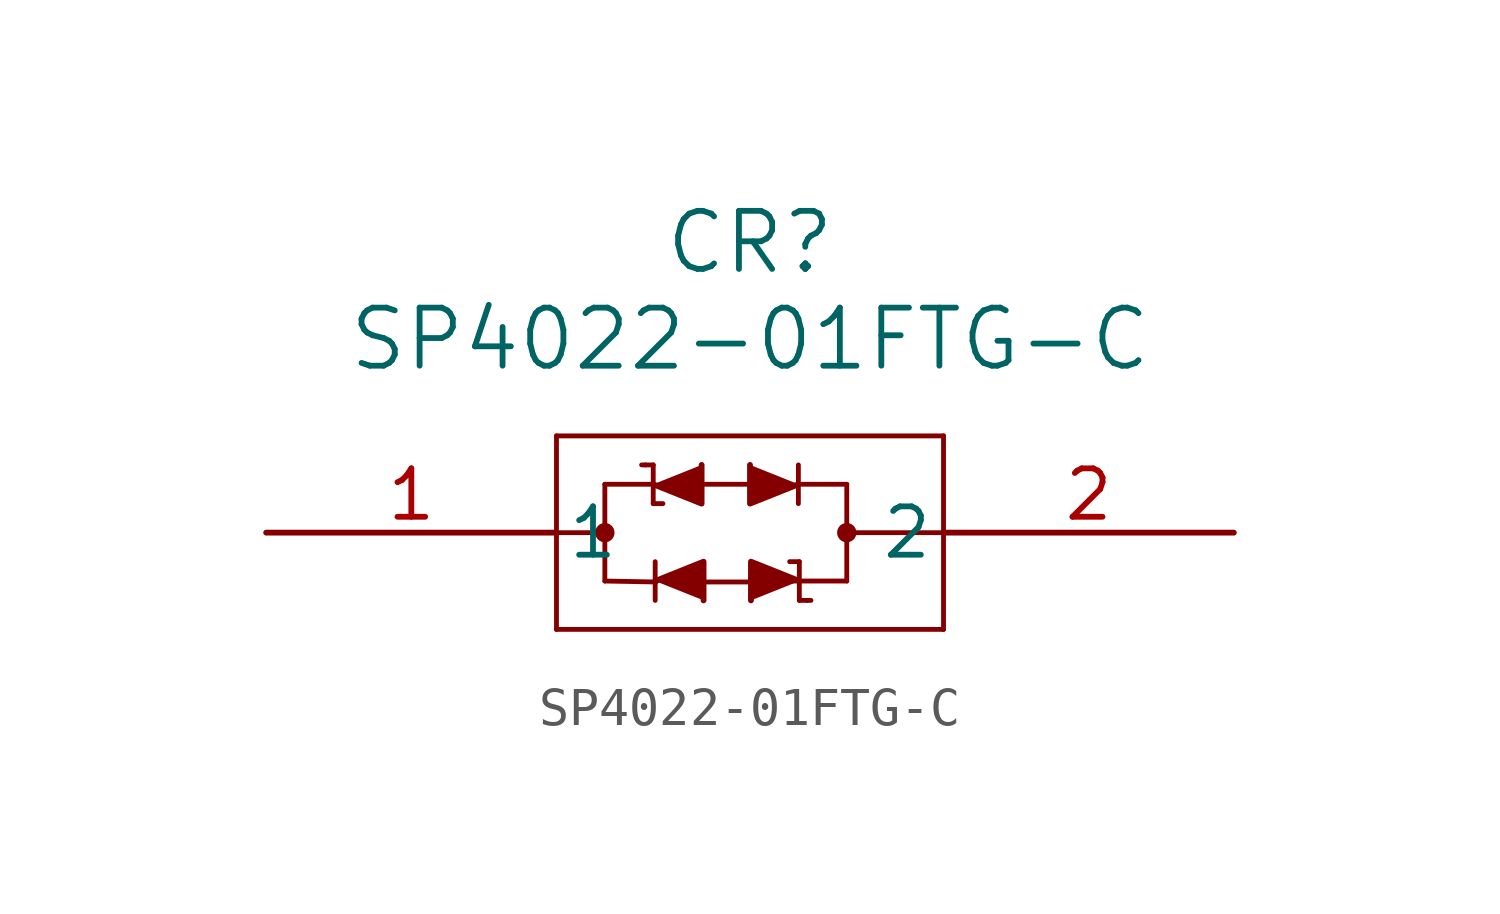
<source format=kicad_sym>
(kicad_symbol_lib
  (version 20211014)
  (generator kicad_symbol_editor)
  (symbol "SP4022-01FTG-C"
    (pin_names
      (offset 0.254))
    (property "Reference" "CR"
      (at 12.7 7.62 0)
      (effects (font (size 1.524 1.524))))
    (property "Value" "SP4022-01FTG-C"
      (at 12.7 5.08 0)
      (effects (font (size 1.524 1.524))))
    (symbol "SP4022-01FTG-C_0_1"
      (polyline (pts (xy 7.62 2.54) (xy 7.62 -2.54)) (stroke (width 0.127) (type default) (color 0 0 0 0)) (fill (type none)))
      (polyline (pts (xy 7.62 -2.54) (xy 17.78 -2.54)) (stroke (width 0.127) (type default) (color 0 0 0 0)) (fill (type none)))
      (polyline (pts (xy 17.78 -2.54) (xy 17.78 2.54)) (stroke (width 0.127) (type default) (color 0 0 0 0)) (fill (type none)))
      (polyline (pts (xy 17.78 2.54) (xy 7.62 2.54)) (stroke (width 0.127) (type default) (color 0 0 0 0)) (fill (type none)))
      (polyline (pts (xy 8.89 0) (xy 7.62 0)) (stroke (width 0.127) (type default) (color 0 0 0 0)) (fill (type none)))
      (polyline (pts (xy 15.24 0) (xy 17.78 0)) (stroke (width 0.127) (type default) (color 0 0 0 0)) (fill (type none)))
      (polyline (pts (xy 8.89 1.27) (xy 8.89 -1.27)) (stroke (width 0.127) (type default) (color 0 0 0 0)) (fill (type none)))
      (polyline (pts (xy 8.89 1.27) (xy 10.16 1.27)) (stroke (width 0.127) (type default) (color 0 0 0 0)) (fill (type none)))
      (polyline (pts (xy 11.43 1.27) (xy 12.7 1.27)) (stroke (width 0.127) (type default) (color 0 0 0 0)) (fill (type none)))
      (polyline (pts (xy 13.97 1.778) (xy 13.97 0.762)) (stroke (width 0.127) (type default) (color 0 0 0 0)) (fill (type none)))
      (polyline (pts (xy 10.16 1.778) (xy 10.16 0.762)) (stroke (width 0.127) (type default) (color 0 0 0 0)) (fill (type none)))
      (polyline (pts (xy 10.16 1.778) (xy 9.957 1.778)) (stroke (width 0.127) (type default) (color 0 0 0 0)) (fill (type none)))
      (polyline (pts (xy 10.16 0.762) (xy 10.414 0.762)) (stroke (width 0.127) (type default) (color 0 0 0 0)) (fill (type none)))
      (polyline (pts (xy 10.211 -1.778) (xy 10.211 -0.762)) (stroke (width 0.127) (type default) (color 0 0 0 0)) (fill (type none)))
      (polyline (pts (xy 8.89 -1.27) (xy 10.236 -1.295)) (stroke (width 0.127) (type default) (color 0 0 0 0)) (fill (type none)))
      (polyline (pts (xy 12.7 -1.27) (xy 15.24 -1.27)) (stroke (width 0.127) (type default) (color 0 0 0 0)) (fill (type none)))
      (polyline (pts (xy 13.97 1.27) (xy 15.24 1.27)) (stroke (width 0.127) (type default) (color 0 0 0 0)) (fill (type none)))
      (polyline (pts (xy 15.24 1.27) (xy 15.24 -1.27)) (stroke (width 0.127) (type default) (color 0 0 0 0)) (fill (type none)))
      (polyline (pts (xy 13.97 1.27) (xy 12.7 0.762) (xy 12.7 1.778)) (stroke (width 0) (type default) (color 0 0 0 0)) (fill (type outline)))
      (polyline (pts (xy 10.16 1.27) (xy 11.43 0.762) (xy 11.43 1.778)) (stroke (width 0) (type default) (color 0 0 0 0)) (fill (type outline)))
      (polyline (pts (xy 10.211 -1.27) (xy 11.481 -0.762) (xy 11.481 -1.778)) (stroke (width 0) (type default) (color 0 0 0 0)) (fill (type outline)))
      (circle (center 8.89 0) (radius 0.127) (stroke (width 0.254) (type default) (color 0 0 0 0)) (fill (type none)))
      (circle (center 15.24 0) (radius 0.127) (stroke (width 0.254) (type default) (color 0 0 0 0)) (fill (type none)))
      (polyline (pts (xy 9.957 1.778) (xy 9.855 1.778)) (stroke (width 0.127) (type default) (color 0 0 0 0)) (fill (type none)))
      (polyline (pts (xy 12.649 -1.295) (xy 11.379 -1.295)) (stroke (width 0.127) (type default) (color 0 0 0 0)) (fill (type none)))
      (polyline (pts (xy 13.995 -1.778) (xy 13.995 -0.762)) (stroke (width 0.127) (type default) (color 0 0 0 0)) (fill (type none)))
      (polyline (pts (xy 13.995 -1.778) (xy 14.199 -1.778)) (stroke (width 0.127) (type default) (color 0 0 0 0)) (fill (type none)))
      (polyline (pts (xy 13.995 -0.762) (xy 13.741 -0.762)) (stroke (width 0.127) (type default) (color 0 0 0 0)) (fill (type none)))
      (polyline (pts (xy 14.199 -1.778) (xy 14.3 -1.778)) (stroke (width 0.127) (type default) (color 0 0 0 0)) (fill (type none)))
      (polyline (pts (xy 13.995 -1.27) (xy 12.725 -0.762) (xy 12.725 -1.778)) (stroke (width 0) (type default) (color 0 0 0 0)) (fill (type outline)))
      (pin unspecified line (at 25.4 0 180) (length 7.62) (name "2" (effects (font (size 1.27 1.27)))) (number "2" (effects (font (size 1.27 1.27)))))
      (pin unspecified line (at 0 0 0) (length 7.62) (name "1" (effects (font (size 1.27 1.27)))) (number "1" (effects (font (size 1.27 1.27))))))))
</source>
